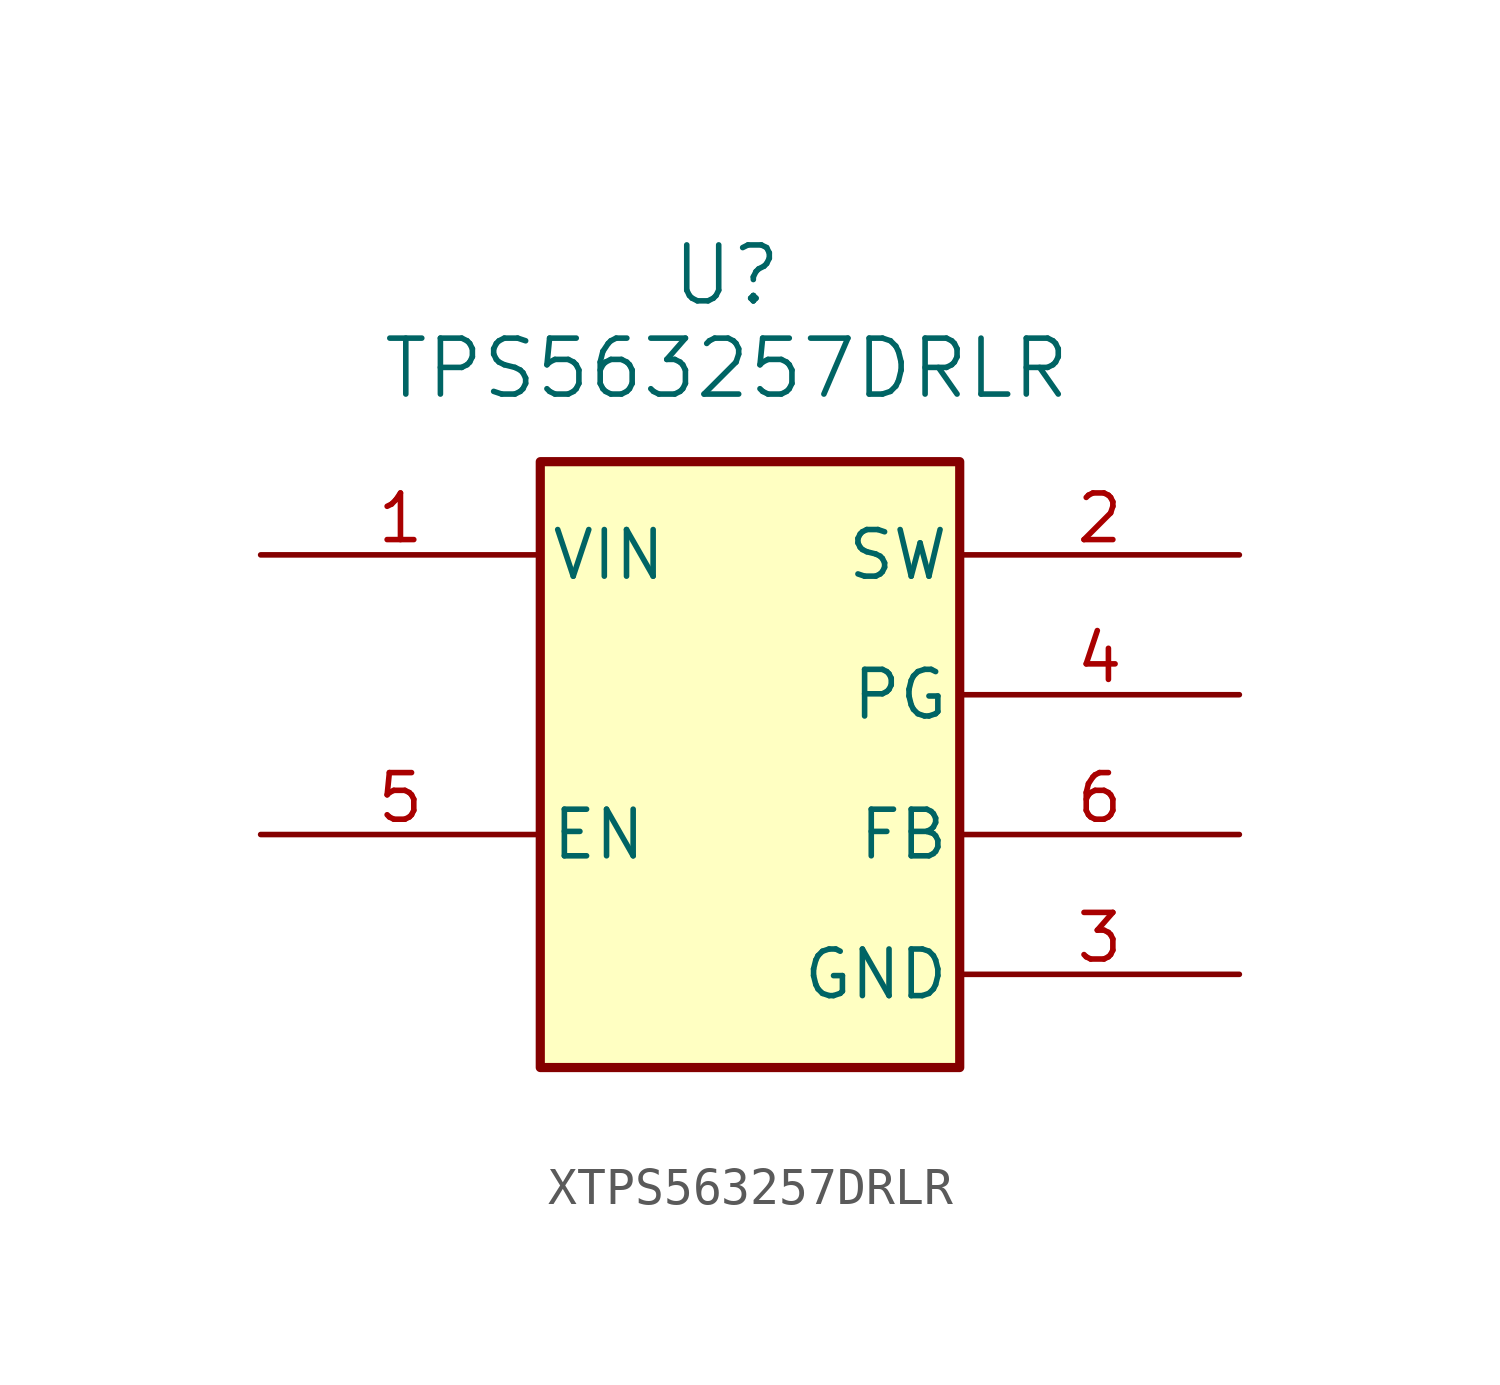
<source format=kicad_sym>
(kicad_symbol_lib
  (version 20220914)
  (generator kicad_symbol_editor)
  (symbol "XTPS563257DRLR"
    (pin_names
      (offset 0.254))
    (property "Reference" "U"
      (at 0 10.16 0)
      (effects (font (size 1.524 1.524))))
    (property "Value" "TPS563257DRLR"
      (at 0 7.62 0)
      (effects (font (size 1.524 1.524))))
    (property "ki_locked" ""
      (at 0 0 0)
      (effects (font (size 1.27 1.27))))
    (symbol "XTPS563257DRLR_0_1"
      (pin unspecified line (at 13.97 -1.27 180) (length 7.62) (name "PG" (effects (font (size 1.27 1.27)))) (number "4" (effects (font (size 1.27 1.27)))))
      (pin unspecified line (at 13.97 -5.08 180) (length 7.62) (name "FB" (effects (font (size 1.27 1.27)))) (number "6" (effects (font (size 1.27 1.27))))))
    (symbol "XTPS563257DRLR_1_1"
      (rectangle (start -5.08 5.08) (end 6.35 -11.43) (stroke (width 0.25) (type default)) (fill (type background)))
      (pin power_in line (at -12.7 2.54 0) (length 7.62) (name "VIN" (effects (font (size 1.27 1.27)))) (number "1" (effects (font (size 1.27 1.27)))))
      (pin power_in line (at 13.97 2.54 180) (length 7.62) (name "SW" (effects (font (size 1.27 1.27)))) (number "2" (effects (font (size 1.27 1.27)))))
      (pin power_out line (at 13.97 -8.89 180) (length 7.62) (name "GND" (effects (font (size 1.27 1.27)))) (number "3" (effects (font (size 1.27 1.27)))))
      (pin input line (at -12.7 -5.08 0) (length 7.62) (name "EN" (effects (font (size 1.27 1.27)))) (number "5" (effects (font (size 1.27 1.27))))))))
</source>
